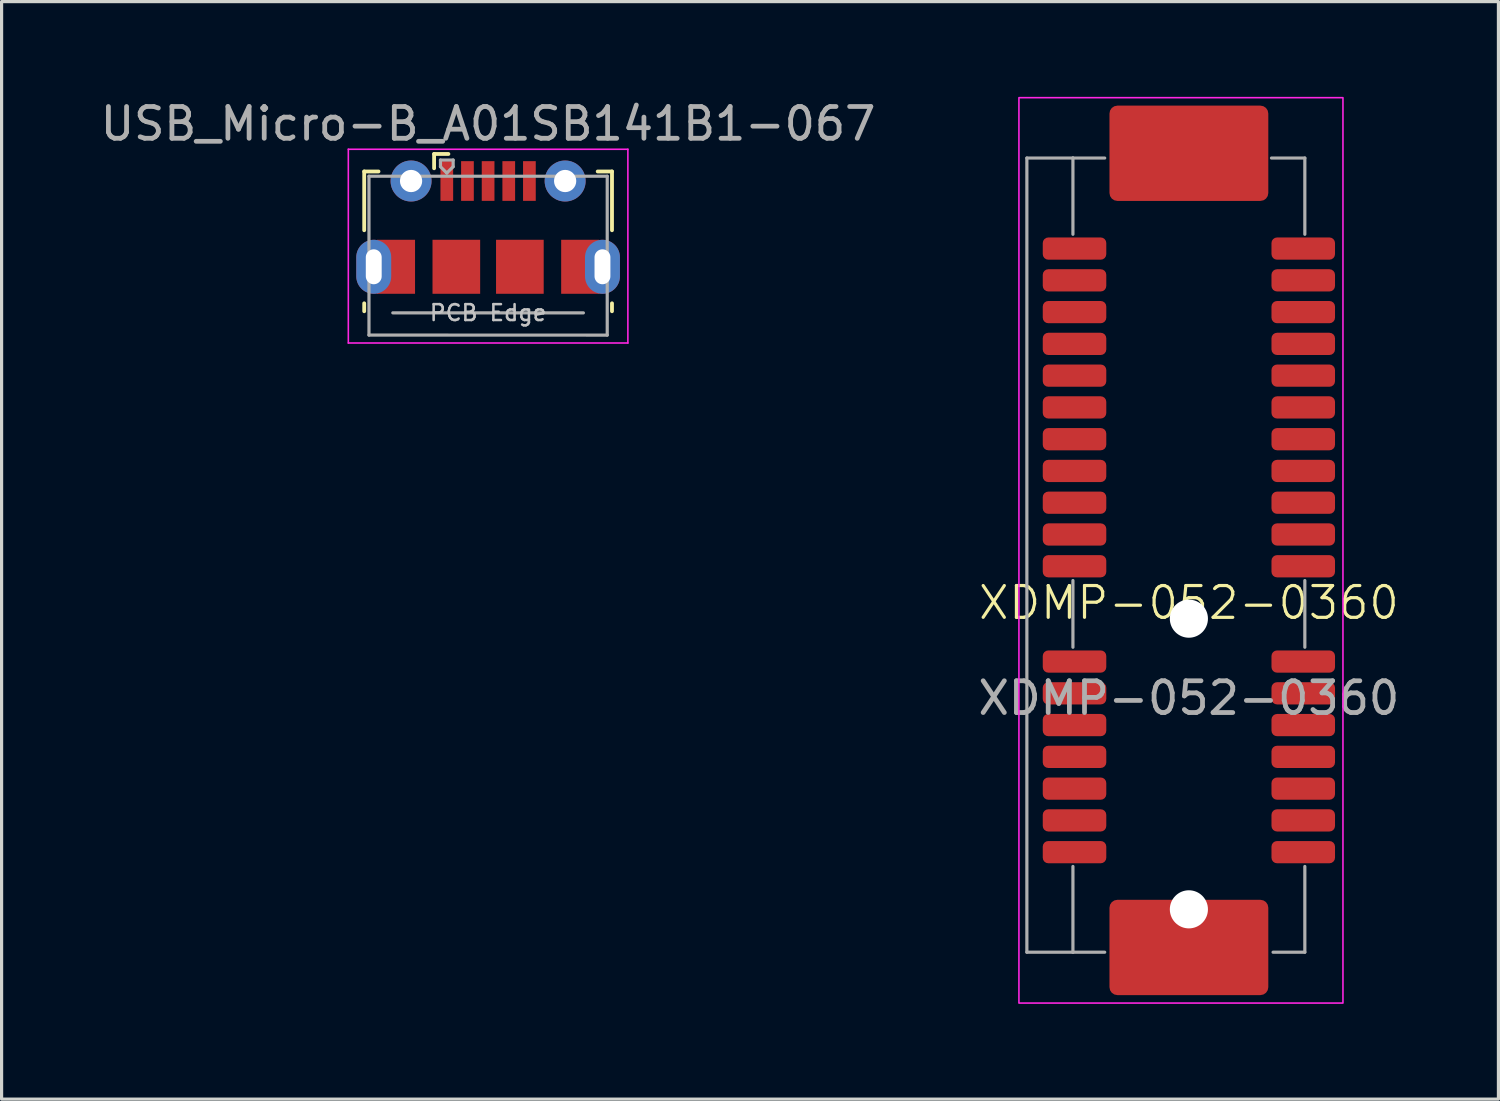
<source format=kicad_pcb>
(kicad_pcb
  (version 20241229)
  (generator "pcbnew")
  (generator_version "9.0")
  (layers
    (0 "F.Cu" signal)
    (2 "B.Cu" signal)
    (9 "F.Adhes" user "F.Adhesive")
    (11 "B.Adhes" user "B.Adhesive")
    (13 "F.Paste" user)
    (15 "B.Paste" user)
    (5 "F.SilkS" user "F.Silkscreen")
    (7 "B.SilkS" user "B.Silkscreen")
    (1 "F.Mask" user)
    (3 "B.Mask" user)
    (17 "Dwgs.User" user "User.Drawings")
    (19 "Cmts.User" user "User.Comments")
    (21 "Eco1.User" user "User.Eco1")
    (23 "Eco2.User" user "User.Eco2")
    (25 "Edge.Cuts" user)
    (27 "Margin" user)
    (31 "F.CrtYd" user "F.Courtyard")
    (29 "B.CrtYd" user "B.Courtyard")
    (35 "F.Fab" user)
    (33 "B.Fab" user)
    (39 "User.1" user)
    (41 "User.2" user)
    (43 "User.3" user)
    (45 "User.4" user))
  (footprint "XDMP-052-0360"
    (layer "F.Cu")
    (at 34.375 16.425)
    (property "Reference" "XDMP-052-0360" (at 0 -0.5 0) (unlocked yes) (layer "F.SilkS") (effects (font (size 1 1) (thickness 0.1))))
    (attr smd)
    (fp_rect (start -5.35 -16.4) (end 4.85 12.1) (stroke (width 0.05) (type default)) (fill no) (layer "F.CrtYd"))
    (fp_line (start -5.1 -14.5) (end -3.65 -14.5) (stroke (width 0.1) (type default)) (layer "F.Fab"))
    (fp_line (start -5.1 10.5) (end -5.1 -14.5) (stroke (width 0.1) (type default)) (layer "F.Fab"))
    (fp_line (start -3.65 -14.5) (end -3.65 -12.1) (stroke (width 0.1) (type default)) (layer "F.Fab"))
    (fp_line (start -3.65 -14.5) (end -2.65 -14.5) (stroke (width 0.1) (type default)) (layer "F.Fab"))
    (fp_line (start -3.65 -1.2) (end -3.65 0.9) (stroke (width 0.1) (type default)) (layer "F.Fab"))
    (fp_line (start -3.65 7.8) (end -3.65 10.5) (stroke (width 0.1) (type default)) (layer "F.Fab"))
    (fp_line (start -3.65 10.5) (end -5.1 10.5) (stroke (width 0.1) (type default)) (layer "F.Fab"))
    (fp_line (start -3.65 10.5) (end -2.65 10.5) (stroke (width 0.1) (type default)) (layer "F.Fab"))
    (fp_line (start 2.6 -14.5) (end 3.65 -14.5) (stroke (width 0.1) (type default)) (layer "F.Fab"))
    (fp_line (start 2.65 10.5) (end 3.65 10.5) (stroke (width 0.1) (type default)) (layer "F.Fab"))
    (fp_line (start 3.65 -14.5) (end 3.65 -12.1) (stroke (width 0.1) (type default)) (layer "F.Fab"))
    (fp_line (start 3.65 -1.2) (end 3.65 0.9) (stroke (width 0.1) (type default)) (layer "F.Fab"))
    (fp_line (start 3.65 10.5) (end 3.65 7.8) (stroke (width 0.1) (type default)) (layer "F.Fab"))
    (fp_text user "${REFERENCE}" (at 0 2.5 0) (unlocked yes) (layer "F.Fab") (effects (font (size 1 1) (thickness 0.15))))
    (pad "" np_thru_hole circle (at 0 0) (size 1.2 1.2) (drill 1.2) (layers "*.Cu"))
    (pad "" np_thru_hole circle (at 0 9.15) (size 1.2 1.2) (drill 1.2) (layers "*.Cu"))
    (pad "A1" smd roundrect (at 3.6 -11.65) (size 2 0.7) (layers "F.Cu" "F.Mask" "F.Paste") (roundrect_rratio 0.25))
    (pad "A2" smd roundrect (at 3.6 -10.65) (size 2 0.7) (layers "F.Cu" "F.Mask" "F.Paste") (roundrect_rratio 0.25))
    (pad "A3" smd roundrect (at 3.6 -9.65) (size 2 0.7) (layers "F.Cu" "F.Mask" "F.Paste") (roundrect_rratio 0.25))
    (pad "A4" smd roundrect (at 3.6 -8.65) (size 2 0.7) (layers "F.Cu" "F.Mask" "F.Paste") (roundrect_rratio 0.25))
    (pad "A5" smd roundrect (at 3.6 -7.65) (size 2 0.7) (layers "F.Cu" "F.Mask" "F.Paste") (roundrect_rratio 0.25))
    (pad "A6" smd roundrect (at 3.6 -6.65) (size 2 0.7) (layers "F.Cu" "F.Mask" "F.Paste") (roundrect_rratio 0.25))
    (pad "A7" smd roundrect (at 3.6 -5.65) (size 2 0.7) (layers "F.Cu" "F.Mask" "F.Paste") (roundrect_rratio 0.25))
    (pad "A8" smd roundrect (at 3.6 -4.65) (size 2 0.7) (layers "F.Cu" "F.Mask" "F.Paste") (roundrect_rratio 0.25))
    (pad "A9" smd roundrect (at 3.6 -3.65) (size 2 0.7) (layers "F.Cu" "F.Mask" "F.Paste") (roundrect_rratio 0.25))
    (pad "A10" smd roundrect (at 3.6 -2.65) (size 2 0.7) (layers "F.Cu" "F.Mask" "F.Paste") (roundrect_rratio 0.25))
    (pad "A11" smd roundrect (at 3.6 -1.65) (size 2 0.7) (layers "F.Cu" "F.Mask" "F.Paste") (roundrect_rratio 0.25))
    (pad "A12" smd roundrect (at 3.6 1.35) (size 2 0.7) (layers "F.Cu" "F.Mask" "F.Paste") (roundrect_rratio 0.25))
    (pad "A13" smd roundrect (at 3.6 2.35) (size 2 0.7) (layers "F.Cu" "F.Mask" "F.Paste") (roundrect_rratio 0.25))
    (pad "A14" smd roundrect (at 3.6 3.35) (size 2 0.7) (layers "F.Cu" "F.Mask" "F.Paste") (roundrect_rratio 0.25))
    (pad "A15" smd roundrect (at 3.6 4.35) (size 2 0.7) (layers "F.Cu" "F.Mask" "F.Paste") (roundrect_rratio 0.25))
    (pad "A16" smd roundrect (at 3.6 5.35) (size 2 0.7) (layers "F.Cu" "F.Mask" "F.Paste") (roundrect_rratio 0.25))
    (pad "A17" smd roundrect (at 3.6 6.35) (size 2 0.7) (layers "F.Cu" "F.Mask" "F.Paste") (roundrect_rratio 0.25))
    (pad "A18" smd roundrect (at 3.6 7.35) (size 2 0.7) (layers "F.Cu" "F.Mask" "F.Paste") (roundrect_rratio 0.25))
    (pad "B1" smd roundrect (at -3.6 -11.65) (size 2 0.7) (layers "F.Cu" "F.Mask" "F.Paste") (roundrect_rratio 0.25))
    (pad "B2" smd roundrect (at -3.6 -10.65) (size 2 0.7) (layers "F.Cu" "F.Mask" "F.Paste") (roundrect_rratio 0.25))
    (pad "B3" smd roundrect (at -3.6 -9.65) (size 2 0.7) (layers "F.Cu" "F.Mask" "F.Paste") (roundrect_rratio 0.25))
    (pad "B4" smd roundrect (at -3.6 -8.65) (size 2 0.7) (layers "F.Cu" "F.Mask" "F.Paste") (roundrect_rratio 0.25))
    (pad "B5" smd roundrect (at -3.6 -7.65) (size 2 0.7) (layers "F.Cu" "F.Mask" "F.Paste") (roundrect_rratio 0.25))
    (pad "B6" smd roundrect (at -3.6 -6.65) (size 2 0.7) (layers "F.Cu" "F.Mask" "F.Paste") (roundrect_rratio 0.25))
    (pad "B7" smd roundrect (at -3.6 -5.65) (size 2 0.7) (layers "F.Cu" "F.Mask" "F.Paste") (roundrect_rratio 0.25))
    (pad "B8" smd roundrect (at -3.6 -4.65) (size 2 0.7) (layers "F.Cu" "F.Mask" "F.Paste") (roundrect_rratio 0.25))
    (pad "B9" smd roundrect (at -3.6 -3.65) (size 2 0.7) (layers "F.Cu" "F.Mask" "F.Paste") (roundrect_rratio 0.25))
    (pad "B10" smd roundrect (at -3.6 -2.65) (size 2 0.7) (layers "F.Cu" "F.Mask" "F.Paste") (roundrect_rratio 0.25))
    (pad "B11" smd roundrect (at -3.6 -1.65) (size 2 0.7) (layers "F.Cu" "F.Mask" "F.Paste") (roundrect_rratio 0.25))
    (pad "B12" smd roundrect (at -3.6 1.35) (size 2 0.7) (layers "F.Cu" "F.Mask" "F.Paste") (roundrect_rratio 0.25))
    (pad "B13" smd roundrect (at -3.6 2.35) (size 2 0.7) (layers "F.Cu" "F.Mask" "F.Paste") (roundrect_rratio 0.25))
    (pad "B14" smd roundrect (at -3.6 3.35) (size 2 0.7) (layers "F.Cu" "F.Mask" "F.Paste") (roundrect_rratio 0.25))
    (pad "B15" smd roundrect (at -3.6 4.35) (size 2 0.7) (layers "F.Cu" "F.Mask" "F.Paste") (roundrect_rratio 0.25))
    (pad "B16" smd roundrect (at -3.6 5.35) (size 2 0.7) (layers "F.Cu" "F.Mask" "F.Paste") (roundrect_rratio 0.25))
    (pad "B17" smd roundrect (at -3.6 6.35) (size 2 0.7) (layers "F.Cu" "F.Mask" "F.Paste") (roundrect_rratio 0.25))
    (pad "B18" smd roundrect (at -3.6 7.35) (size 2 0.7) (layers "F.Cu" "F.Mask" "F.Paste") (roundrect_rratio 0.25))
    (pad "MP" smd roundrect (at 0 -14.65) (size 5 3) (layers "F.Cu" "F.Mask" "F.Paste") (roundrect_rratio 0.083))
    (pad "MP" smd roundrect (at 0 10.35) (size 5 3) (layers "F.Cu" "F.Mask" "F.Paste") (roundrect_rratio 0.083)))
  (footprint "USB_Micro-B_A01SB141B1-067"
    (layer "F.Cu")
    (at 12.315 5.348)
    (property "Reference" "USB_Micro-B_A01SB141B1-067" (at 0 -4.5 0) (layer "F.Fab") (effects (font (size 1 1) (thickness 0.15))))
    (attr smd)
    (fp_line (start -3.9 -3) (end -3.45 -3) (stroke (width 0.12) (type solid)) (layer "F.SilkS"))
    (fp_line (start -3.9 -1.15) (end -3.9 -3) (stroke (width 0.12) (type solid)) (layer "F.SilkS"))
    (fp_line (start -3.9 1.4) (end -3.9 1.15) (stroke (width 0.12) (type solid)) (layer "F.SilkS"))
    (fp_line (start -1.7 -3.551) (end -1.7 -3.101) (stroke (width 0.12) (type solid)) (layer "F.SilkS"))
    (fp_line (start -1.7 -3.551) (end -1.25 -3.551) (stroke (width 0.12) (type solid)) (layer "F.SilkS"))
    (fp_line (start 3.9 -3) (end 3.45 -3) (stroke (width 0.12) (type solid)) (layer "F.SilkS"))
    (fp_line (start 3.9 -1.15) (end 3.9 -3) (stroke (width 0.12) (type solid)) (layer "F.SilkS"))
    (fp_line (start 3.9 1.4) (end 3.9 1.15) (stroke (width 0.12) (type solid)) (layer "F.SilkS"))
    (fp_line (start -4.4 -3.7) (end 4.4 -3.7) (stroke (width 0.05) (type solid)) (layer "F.CrtYd"))
    (fp_line (start -4.4 2.4) (end -4.4 -3.7) (stroke (width 0.05) (type solid)) (layer "F.CrtYd"))
    (fp_line (start -4.4 2.4) (end 4.4 2.4) (stroke (width 0.05) (type solid)) (layer "F.CrtYd"))
    (fp_line (start 4.4 -3.7) (end 4.4 2.4) (stroke (width 0.05) (type solid)) (layer "F.CrtYd"))
    (fp_line (start -3.75 -2.85) (end 3.75 -2.85) (stroke (width 0.1) (type solid)) (layer "F.Fab"))
    (fp_line (start -3.75 2.15) (end -3.75 -2.85) (stroke (width 0.1) (type solid)) (layer "F.Fab"))
    (fp_line (start -3.75 2.15) (end 3.75 2.151) (stroke (width 0.1) (type solid)) (layer "F.Fab"))
    (fp_line (start -3 1.45) (end 3 1.451) (stroke (width 0.1) (type solid)) (layer "F.Fab"))
    (fp_line (start -1.5 -3.36) (end -1.5 -3.15) (stroke (width 0.1) (type solid)) (layer "F.Fab"))
    (fp_line (start -1.5 -3.36) (end -1.1 -3.36) (stroke (width 0.1) (type solid)) (layer "F.Fab"))
    (fp_line (start -1.3 -2.951) (end -1.5 -3.151) (stroke (width 0.1) (type solid)) (layer "F.Fab"))
    (fp_line (start -1.1 -3.36) (end -1.1 -3.15) (stroke (width 0.1) (type solid)) (layer "F.Fab"))
    (fp_line (start -1.1 -3.151) (end -1.3 -2.951) (stroke (width 0.1) (type solid)) (layer "F.Fab"))
    (fp_line (start 3.75 2.15) (end 3.75 -2.85) (stroke (width 0.1) (type solid)) (layer "F.Fab"))
    (fp_text user "PCB Edge" (at 0 1.449 0) (layer "Dwgs.User") (effects (font (size 0.5 0.5) (thickness 0.08))))
    (pad "1" smd rect (at -1.3 -2.7) (size 0.4 1.25) (layers "F.Cu" "F.Mask" "F.Paste"))
    (pad "2" smd rect (at -0.65 -2.7) (size 0.4 1.25) (layers "F.Cu" "F.Mask" "F.Paste"))
    (pad "3" smd rect (at 0 -2.7) (size 0.4 1.25) (layers "F.Cu" "F.Mask" "F.Paste"))
    (pad "4" smd rect (at 0.65 -2.7) (size 0.4 1.25) (layers "F.Cu" "F.Mask" "F.Paste"))
    (pad "5" smd rect (at 1.3 -2.7) (size 0.4 1.25) (layers "F.Cu" "F.Mask" "F.Paste"))
    (pad "6" thru_hole circle (at -2.425 -2.7) (size 1.29 1.29) (drill 0.7) (layers "*.Cu" "*.Mask" "F.Paste"))
    (pad "6" thru_hole circle (at 2.425 -2.7) (size 1.29 1.29) (drill 0.7) (layers "*.Cu" "*.Mask"))
    (pad "GND" thru_hole oval (at -3.6 0 180) (size 1.1 1.7) (drill oval 0.5 1.1) (layers "*.Cu" "*.Mask" "F.Paste"))
    (pad "GND" smd rect (at -2.9 0) (size 1.2 1.7) (layers "F.Cu" "F.Mask"))
    (pad "GND" smd rect (at -1 0) (size 1.5 1.7) (layers "F.Cu" "F.Mask" "F.Paste"))
    (pad "GND" smd rect (at 1 0) (size 1.5 1.7) (layers "F.Cu" "F.Mask" "F.Paste"))
    (pad "GND" smd rect (at 2.9 0) (size 1.2 1.7) (layers "F.Cu" "F.Mask"))
    (pad "GND" thru_hole oval (at 3.6 0) (size 1.1 1.7) (drill oval 0.5 1.1) (layers "*.Cu" "*.Mask" "F.Paste")))
  (gr_rect
    (start -3 -3)
    (end 44.119 31.55)
    (stroke (width 0.1) (type default))
    (fill no)
    (layer "Edge.Cuts")))
</source>
